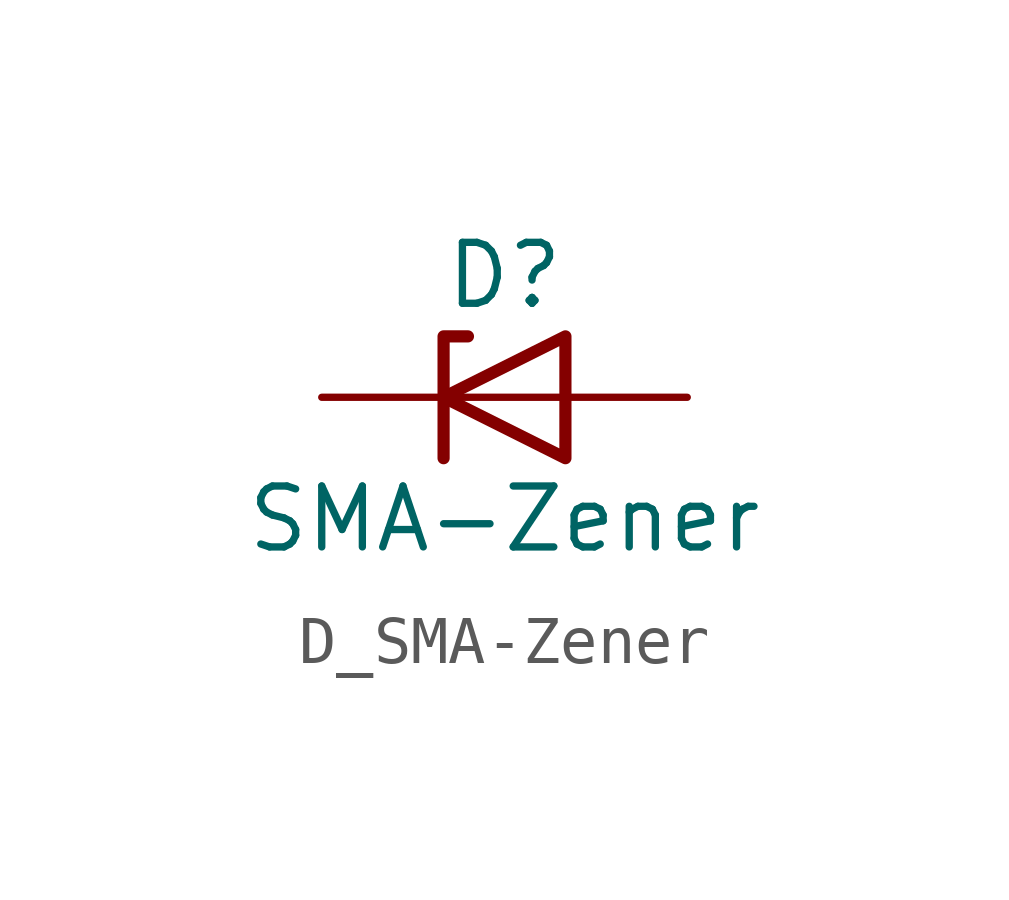
<source format=kicad_sym>
(kicad_symbol_lib
  (version 20220914)
  (generator kicad_symbol_editor)
  (symbol "D_SMA-Zener"
    (pin_numbers hide)
    (pin_names
      (offset 1.016) hide)
    (property "Reference" "D"
      (at 0 2.54 0)
      (effects (font (size 1.27 1.27))))
    (property "Value" "SMA-Zener"
      (at 0 -2.54 0)
      (effects (font (size 1.27 1.27))))
    (symbol "D_SMA-Zener_0_1"
      (polyline (pts (xy 1.27 0) (xy -1.27 0)) (stroke (width 0) (type default)) (fill (type none)))
      (polyline (pts (xy -1.27 -1.27) (xy -1.27 1.27) (xy -0.762 1.27)) (stroke (width 0.254) (type default)) (fill (type none)))
      (polyline (pts (xy 1.27 -1.27) (xy 1.27 1.27) (xy -1.27 0) (xy 1.27 -1.27)) (stroke (width 0.254) (type default)) (fill (type none))))
    (symbol "D_SMA-Zener_1_1"
      (pin passive line (at -3.81 0 0) (length 2.54) (name "K" (effects (font (size 1.27 1.27)))) (number "1" (effects (font (size 1.27 1.27)))))
      (pin passive line (at 3.81 0 180) (length 2.54) (name "A" (effects (font (size 1.27 1.27)))) (number "2" (effects (font (size 1.27 1.27))))))))
</source>
